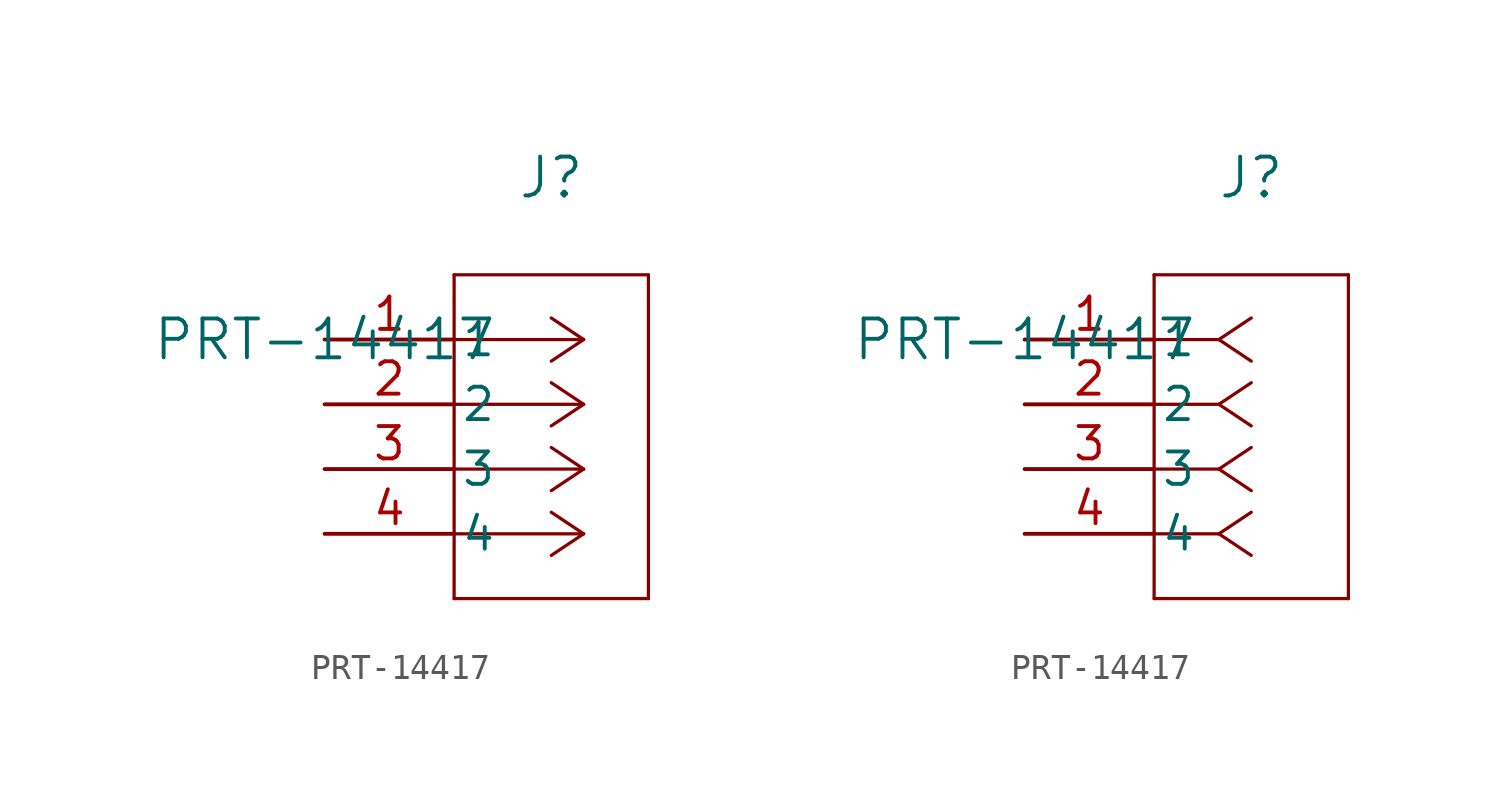
<source format=kicad_sym>
(kicad_symbol_lib
  (version 20211014)
  (generator kicad_symbol_editor)
  (symbol "PRT-14417"
    (pin_names
      (offset 0.254))
    (property "Reference" "J"
      (at 8.89 6.35 0)
      (effects (font (size 1.524 1.524))))
    (property "Value" "PRT-14417"
      (at 0 0 0)
      (effects (font (size 1.524 1.524))))
    (symbol "PRT-14417_1_1"
      (polyline (pts (xy 10.16 0) (xy 5.08 0)) (stroke (width 0.127) (type default) (color 0 0 0 0)) (fill (type none)))
      (polyline (pts (xy 10.16 -2.54) (xy 5.08 -2.54)) (stroke (width 0.127) (type default) (color 0 0 0 0)) (fill (type none)))
      (polyline (pts (xy 10.16 -5.08) (xy 5.08 -5.08)) (stroke (width 0.127) (type default) (color 0 0 0 0)) (fill (type none)))
      (polyline (pts (xy 10.16 -7.62) (xy 5.08 -7.62)) (stroke (width 0.127) (type default) (color 0 0 0 0)) (fill (type none)))
      (polyline (pts (xy 10.16 0) (xy 8.89 0.847)) (stroke (width 0.127) (type default) (color 0 0 0 0)) (fill (type none)))
      (polyline (pts (xy 10.16 -2.54) (xy 8.89 -1.693)) (stroke (width 0.127) (type default) (color 0 0 0 0)) (fill (type none)))
      (polyline (pts (xy 10.16 -5.08) (xy 8.89 -4.233)) (stroke (width 0.127) (type default) (color 0 0 0 0)) (fill (type none)))
      (polyline (pts (xy 10.16 -7.62) (xy 8.89 -6.773)) (stroke (width 0.127) (type default) (color 0 0 0 0)) (fill (type none)))
      (polyline (pts (xy 10.16 0) (xy 8.89 -0.847)) (stroke (width 0.127) (type default) (color 0 0 0 0)) (fill (type none)))
      (polyline (pts (xy 10.16 -2.54) (xy 8.89 -3.387)) (stroke (width 0.127) (type default) (color 0 0 0 0)) (fill (type none)))
      (polyline (pts (xy 10.16 -5.08) (xy 8.89 -5.927)) (stroke (width 0.127) (type default) (color 0 0 0 0)) (fill (type none)))
      (polyline (pts (xy 10.16 -7.62) (xy 8.89 -8.467)) (stroke (width 0.127) (type default) (color 0 0 0 0)) (fill (type none)))
      (polyline (pts (xy 5.08 2.54) (xy 5.08 -10.16)) (stroke (width 0.127) (type default) (color 0 0 0 0)) (fill (type none)))
      (polyline (pts (xy 5.08 -10.16) (xy 12.7 -10.16)) (stroke (width 0.127) (type default) (color 0 0 0 0)) (fill (type none)))
      (polyline (pts (xy 12.7 -10.16) (xy 12.7 2.54)) (stroke (width 0.127) (type default) (color 0 0 0 0)) (fill (type none)))
      (polyline (pts (xy 12.7 2.54) (xy 5.08 2.54)) (stroke (width 0.127) (type default) (color 0 0 0 0)) (fill (type none)))
      (pin unspecified line (at 0 0 0) (length 5.08) (name "1" (effects (font (size 1.27 1.27)))) (number "1" (effects (font (size 1.27 1.27)))))
      (pin unspecified line (at 0 -2.54 0) (length 5.08) (name "2" (effects (font (size 1.27 1.27)))) (number "2" (effects (font (size 1.27 1.27)))))
      (pin unspecified line (at 0 -5.08 0) (length 5.08) (name "3" (effects (font (size 1.27 1.27)))) (number "3" (effects (font (size 1.27 1.27)))))
      (pin unspecified line (at 0 -7.62 0) (length 5.08) (name "4" (effects (font (size 1.27 1.27)))) (number "4" (effects (font (size 1.27 1.27))))))
    (symbol "PRT-14417_1_2"
      (polyline (pts (xy 7.62 0) (xy 5.08 0)) (stroke (width 0.127) (type default) (color 0 0 0 0)) (fill (type none)))
      (polyline (pts (xy 7.62 -2.54) (xy 5.08 -2.54)) (stroke (width 0.127) (type default) (color 0 0 0 0)) (fill (type none)))
      (polyline (pts (xy 7.62 -5.08) (xy 5.08 -5.08)) (stroke (width 0.127) (type default) (color 0 0 0 0)) (fill (type none)))
      (polyline (pts (xy 7.62 -7.62) (xy 5.08 -7.62)) (stroke (width 0.127) (type default) (color 0 0 0 0)) (fill (type none)))
      (polyline (pts (xy 7.62 0) (xy 8.89 0.847)) (stroke (width 0.127) (type default) (color 0 0 0 0)) (fill (type none)))
      (polyline (pts (xy 7.62 -2.54) (xy 8.89 -1.693)) (stroke (width 0.127) (type default) (color 0 0 0 0)) (fill (type none)))
      (polyline (pts (xy 7.62 -5.08) (xy 8.89 -4.233)) (stroke (width 0.127) (type default) (color 0 0 0 0)) (fill (type none)))
      (polyline (pts (xy 7.62 -7.62) (xy 8.89 -6.773)) (stroke (width 0.127) (type default) (color 0 0 0 0)) (fill (type none)))
      (polyline (pts (xy 7.62 0) (xy 8.89 -0.847)) (stroke (width 0.127) (type default) (color 0 0 0 0)) (fill (type none)))
      (polyline (pts (xy 7.62 -2.54) (xy 8.89 -3.387)) (stroke (width 0.127) (type default) (color 0 0 0 0)) (fill (type none)))
      (polyline (pts (xy 7.62 -5.08) (xy 8.89 -5.927)) (stroke (width 0.127) (type default) (color 0 0 0 0)) (fill (type none)))
      (polyline (pts (xy 7.62 -7.62) (xy 8.89 -8.467)) (stroke (width 0.127) (type default) (color 0 0 0 0)) (fill (type none)))
      (polyline (pts (xy 5.08 2.54) (xy 5.08 -10.16)) (stroke (width 0.127) (type default) (color 0 0 0 0)) (fill (type none)))
      (polyline (pts (xy 5.08 -10.16) (xy 12.7 -10.16)) (stroke (width 0.127) (type default) (color 0 0 0 0)) (fill (type none)))
      (polyline (pts (xy 12.7 -10.16) (xy 12.7 2.54)) (stroke (width 0.127) (type default) (color 0 0 0 0)) (fill (type none)))
      (polyline (pts (xy 12.7 2.54) (xy 5.08 2.54)) (stroke (width 0.127) (type default) (color 0 0 0 0)) (fill (type none)))
      (pin unspecified line (at 0 0 0) (length 5.08) (name "1" (effects (font (size 1.27 1.27)))) (number "1" (effects (font (size 1.27 1.27)))))
      (pin unspecified line (at 0 -2.54 0) (length 5.08) (name "2" (effects (font (size 1.27 1.27)))) (number "2" (effects (font (size 1.27 1.27)))))
      (pin unspecified line (at 0 -5.08 0) (length 5.08) (name "3" (effects (font (size 1.27 1.27)))) (number "3" (effects (font (size 1.27 1.27)))))
      (pin unspecified line (at 0 -7.62 0) (length 5.08) (name "4" (effects (font (size 1.27 1.27)))) (number "4" (effects (font (size 1.27 1.27))))))))
</source>
